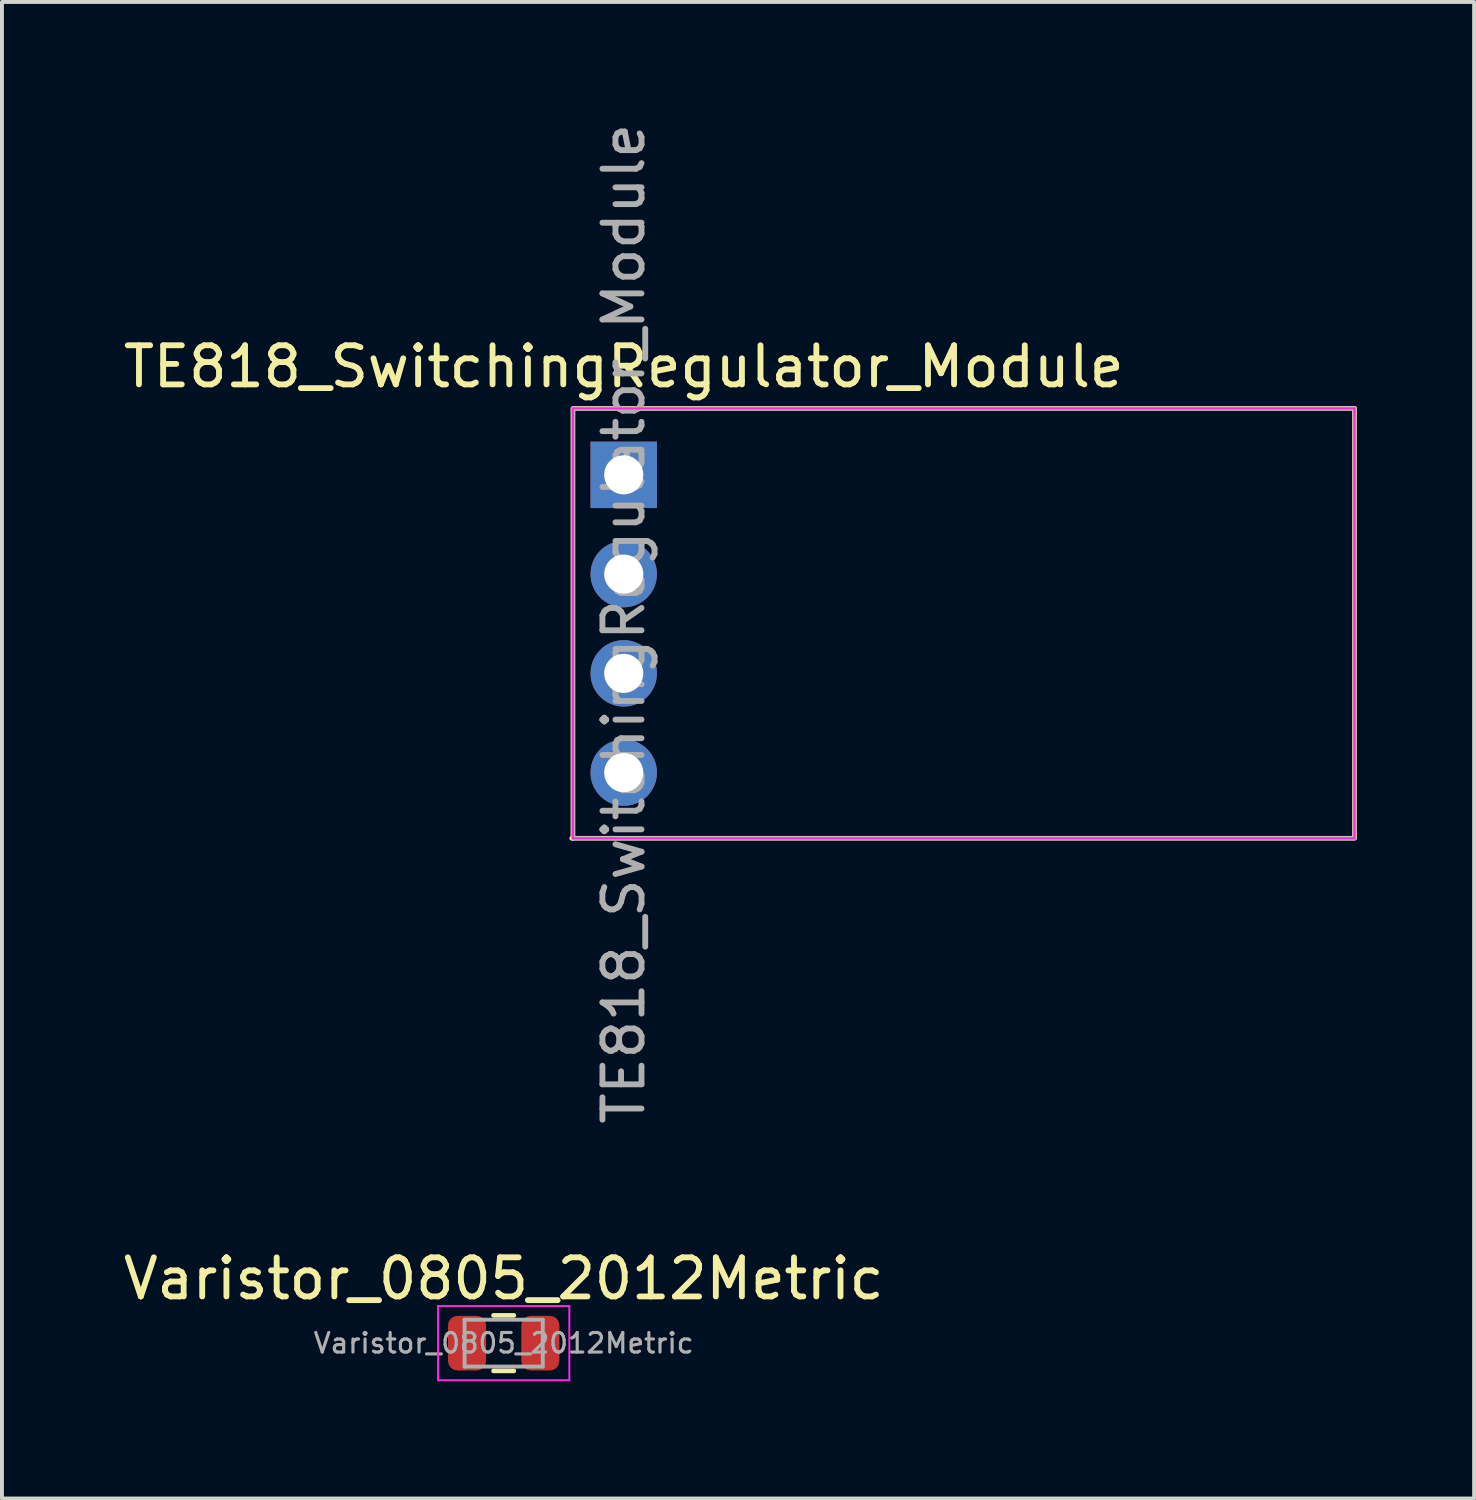
<source format=kicad_pcb>
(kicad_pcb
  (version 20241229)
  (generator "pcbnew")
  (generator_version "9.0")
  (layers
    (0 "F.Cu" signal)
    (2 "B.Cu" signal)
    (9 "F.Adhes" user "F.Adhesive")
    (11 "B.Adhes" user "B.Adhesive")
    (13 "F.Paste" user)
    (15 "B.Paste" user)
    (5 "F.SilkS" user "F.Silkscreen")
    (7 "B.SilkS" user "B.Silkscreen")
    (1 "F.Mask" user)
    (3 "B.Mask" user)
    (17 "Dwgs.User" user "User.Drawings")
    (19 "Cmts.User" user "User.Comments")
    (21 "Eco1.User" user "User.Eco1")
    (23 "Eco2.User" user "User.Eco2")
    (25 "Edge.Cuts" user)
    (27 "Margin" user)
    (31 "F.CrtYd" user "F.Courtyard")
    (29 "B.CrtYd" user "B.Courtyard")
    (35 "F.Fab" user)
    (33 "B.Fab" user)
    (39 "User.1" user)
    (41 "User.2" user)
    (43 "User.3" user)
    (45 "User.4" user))
  (footprint "Varistor_0805_2012Metric"
    (layer "F.Cu")
    (at 9.839 31.32)
    (property "Reference" "Varistor_0805_2012Metric" (at 0 -1.65 0) (layer "F.SilkS") (effects (font (size 1 1) (thickness 0.15))))
    (attr smd)
    (fp_line (start -0.259 -0.71) (end 0.259 -0.71) (stroke (width 0.12) (type solid)) (layer "F.SilkS"))
    (fp_line (start -0.259 0.71) (end 0.259 0.71) (stroke (width 0.12) (type solid)) (layer "F.SilkS"))
    (fp_line (start -1.68 -0.95) (end 1.68 -0.95) (stroke (width 0.05) (type solid)) (layer "F.CrtYd"))
    (fp_line (start -1.68 0.95) (end -1.68 -0.95) (stroke (width 0.05) (type solid)) (layer "F.CrtYd"))
    (fp_line (start 1.68 -0.95) (end 1.68 0.95) (stroke (width 0.05) (type solid)) (layer "F.CrtYd"))
    (fp_line (start 1.68 0.95) (end -1.68 0.95) (stroke (width 0.05) (type solid)) (layer "F.CrtYd"))
    (fp_line (start -1 -0.6) (end 1 -0.6) (stroke (width 0.1) (type solid)) (layer "F.Fab"))
    (fp_line (start -1 0.6) (end -1 -0.6) (stroke (width 0.1) (type solid)) (layer "F.Fab"))
    (fp_line (start 1 -0.6) (end 1 0.6) (stroke (width 0.1) (type solid)) (layer "F.Fab"))
    (fp_line (start 1 0.6) (end -1 0.6) (stroke (width 0.1) (type solid)) (layer "F.Fab"))
    (fp_text user "${REFERENCE}" (at 0 0 0) (layer "F.Fab") (effects (font (size 0.5 0.5) (thickness 0.08))))
    (pad "1" smd roundrect (at -0.938 0) (size 0.975 1.4) (layers "F.Cu" "F.Mask" "F.Paste") (roundrect_rratio 0.25))
    (pad "2" smd roundrect (at 0.938 0) (size 0.975 1.4) (layers "F.Cu" "F.Mask" "F.Paste") (roundrect_rratio 0.25)))
  (footprint "TE818_SwitchingRegulator_Module"
    (layer "F.Cu")
    (at 12.911 9.101)
    (property "Reference" "TE818_SwitchingRegulator_Module" (at 0 -2.77 0) (layer "F.SilkS") (effects (font (size 1 1) (thickness 0.15))))
    (attr through_hole)
    (fp_line (start -1.33 9.3) (end 18.7 9.3) (stroke (width 0.12) (type solid)) (layer "F.SilkS"))
    (fp_line (start -1.3 -1.7) (end -1.3 9.3) (stroke (width 0.12) (type solid)) (layer "F.SilkS"))
    (fp_line (start -1.26 -1.7) (end 18.7 -1.7) (stroke (width 0.12) (type solid)) (layer "F.SilkS"))
    (fp_line (start 18.7 -1.7) (end 18.7 9.28) (stroke (width 0.12) (type solid)) (layer "F.SilkS"))
    (fp_line (start -1.3 -1.7) (end 18.7 -1.7) (stroke (width 0.05) (type solid)) (layer "F.CrtYd"))
    (fp_line (start -1.3 9.3) (end -1.3 -1.7) (stroke (width 0.05) (type solid)) (layer "F.CrtYd"))
    (fp_line (start 18.7 -1.7) (end 18.7 9.3) (stroke (width 0.05) (type solid)) (layer "F.CrtYd"))
    (fp_line (start 18.7 9.3) (end -1.3 9.3) (stroke (width 0.05) (type solid)) (layer "F.CrtYd"))
    (fp_line (start -1.3 -1.7) (end 18.7 -1.7) (stroke (width 0.1) (type solid)) (layer "F.Fab"))
    (fp_line (start -1.3 9.3) (end -1.3 -1.7) (stroke (width 0.1) (type solid)) (layer "F.Fab"))
    (fp_line (start 18.7 -1.7) (end 18.7 9.3) (stroke (width 0.1) (type solid)) (layer "F.Fab"))
    (fp_line (start 18.7 9.3) (end -1.27 9.3) (stroke (width 0.1) (type solid)) (layer "F.Fab"))
    (fp_text user "${REFERENCE}" (at 0 3.81 90) (layer "F.Fab") (effects (font (size 1 1) (thickness 0.15))))
    (pad "1" thru_hole rect (at 0 0) (size 1.7 1.7) (drill 1) (layers "*.Cu" "*.Mask"))
    (pad "2" thru_hole oval (at 0 2.54) (size 1.7 1.7) (drill 1) (layers "*.Cu" "*.Mask"))
    (pad "3" thru_hole oval (at 0 5.08) (size 1.7 1.7) (drill 1) (layers "*.Cu" "*.Mask"))
    (pad "4" thru_hole oval (at 0 7.62) (size 1.7 1.7) (drill 1) (layers "*.Cu" "*.Mask")))
  (gr_rect
    (start -3 -3)
    (end 34.671 35.295)
    (stroke (width 0.1) (type default))
    (fill no)
    (layer "Edge.Cuts")))
</source>
